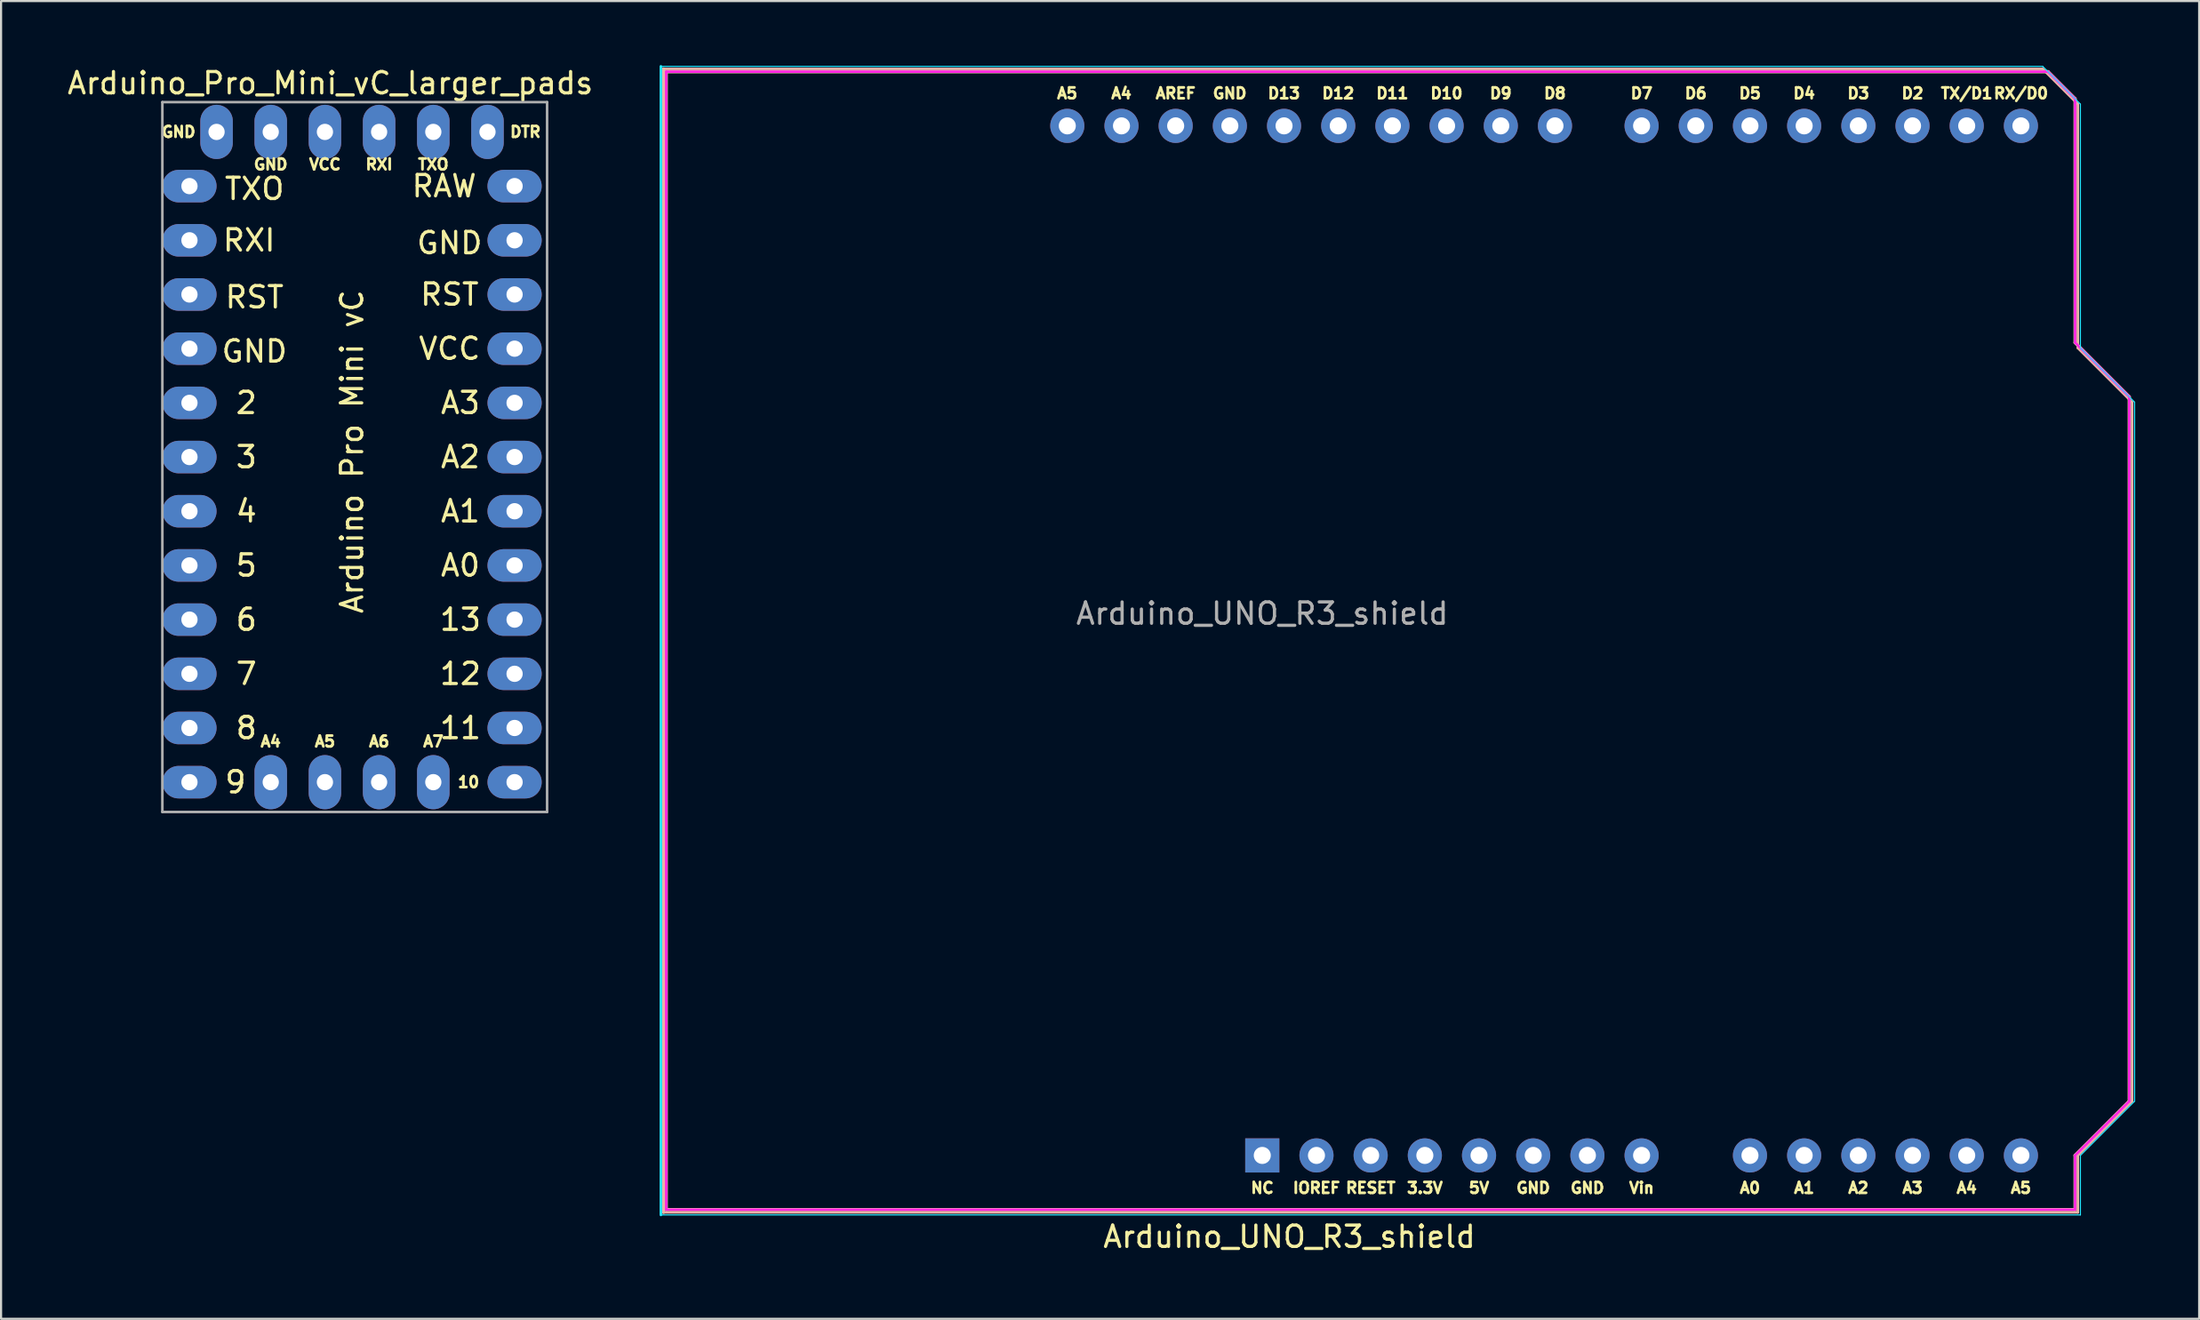
<source format=kicad_pcb>
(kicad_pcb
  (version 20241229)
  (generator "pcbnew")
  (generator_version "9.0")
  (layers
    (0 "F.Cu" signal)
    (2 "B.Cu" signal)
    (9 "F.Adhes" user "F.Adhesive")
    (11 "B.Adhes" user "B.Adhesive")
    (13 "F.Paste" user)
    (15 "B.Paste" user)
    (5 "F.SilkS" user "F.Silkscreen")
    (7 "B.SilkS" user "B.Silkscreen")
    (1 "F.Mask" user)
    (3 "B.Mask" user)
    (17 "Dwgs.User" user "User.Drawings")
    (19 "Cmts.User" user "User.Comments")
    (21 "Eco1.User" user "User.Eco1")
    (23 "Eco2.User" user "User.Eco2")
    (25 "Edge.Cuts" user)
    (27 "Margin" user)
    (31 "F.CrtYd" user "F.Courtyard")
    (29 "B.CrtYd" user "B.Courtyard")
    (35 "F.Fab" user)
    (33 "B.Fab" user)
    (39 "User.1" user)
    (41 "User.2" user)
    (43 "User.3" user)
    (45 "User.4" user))
  (footprint "Arduino_Pro_Mini_vC_larger_pads"
    (layer "F.Cu")
    (at 4.561 1.737)
    (property "Reference" "Arduino_Pro_Mini_vC_larger_pads" (at 7.874 -0.889 0) (layer "F.SilkS") (effects (font (size 1 1) (thickness 0.15))))
    (attr through_hole)
    (fp_line (start 0 0) (end 18.034 0) (stroke (width 0.12) (type solid)) (layer "F.Fab"))
    (fp_line (start 0 33.274) (end 0 0) (stroke (width 0.12) (type solid)) (layer "F.Fab"))
    (fp_line (start 18.034 0) (end 18.034 33.274) (stroke (width 0.12) (type solid)) (layer "F.Fab"))
    (fp_line (start 18.034 33.274) (end 0 33.274) (stroke (width 0.12) (type solid)) (layer "F.Fab"))
    (fp_text user "A7" (at 12.7 29.972 0) (layer "F.SilkS") (effects (font (size 0.508 0.508) (thickness 0.127))))
    (fp_text user "VCC" (at 13.462 11.557 0) (layer "F.SilkS") (effects (font (size 1 1) (thickness 0.15))))
    (fp_text user "VCC" (at 7.62 2.921 0) (layer "F.SilkS") (effects (font (size 0.508 0.508) (thickness 0.127))))
    (fp_text user "RXI" (at 4.064 6.477 0) (layer "F.SilkS") (effects (font (size 1 1) (thickness 0.15))))
    (fp_text user "RXI" (at 10.16 2.921 0) (layer "F.SilkS") (effects (font (size 0.508 0.508) (thickness 0.127))))
    (fp_text user "RAW" (at 13.208 3.937 0) (layer "F.SilkS") (effects (font (size 1 1) (thickness 0.15))))
    (fp_text user "5" (at 3.937 21.717 0) (layer "F.SilkS") (effects (font (size 1 1) (thickness 0.15))))
    (fp_text user "TXO" (at 12.7 2.921 0) (layer "F.SilkS") (effects (font (size 0.508 0.508) (thickness 0.127))))
    (fp_text user "A5" (at 7.62 29.972 0) (layer "F.SilkS") (effects (font (size 0.508 0.508) (thickness 0.127))))
    (fp_text user "13" (at 13.97 24.257 0) (layer "F.SilkS") (effects (font (size 1 1) (thickness 0.15))))
    (fp_text user "8" (at 3.937 29.337 0) (layer "F.SilkS") (effects (font (size 1 1) (thickness 0.15))))
    (fp_text user "A3" (at 13.97 14.097 0) (layer "F.SilkS") (effects (font (size 1 1) (thickness 0.15))))
    (fp_text user "6" (at 3.937 24.257 0) (layer "F.SilkS") (effects (font (size 1 1) (thickness 0.15))))
    (fp_text user "RST" (at 13.462 9.017 0) (layer "F.SilkS") (effects (font (size 1 1) (thickness 0.15))))
    (fp_text user "GND" (at 4.318 11.684 0) (layer "F.SilkS") (effects (font (size 1 1) (thickness 0.15))))
    (fp_text user "GND" (at 13.462 6.604 0) (layer "F.SilkS") (effects (font (size 1 1) (thickness 0.15))))
    (fp_text user "9" (at 3.429 31.877 0) (layer "F.SilkS") (effects (font (size 1 1) (thickness 0.15))))
    (fp_text user "Arduino Pro Mini vC" (at 8.89 16.383 270) (layer "F.SilkS") (effects (font (size 1 1) (thickness 0.15))))
    (fp_text user "A2" (at 13.97 16.637 0) (layer "F.SilkS") (effects (font (size 1 1) (thickness 0.15))))
    (fp_text user "12" (at 13.97 26.797 0) (layer "F.SilkS") (effects (font (size 1 1) (thickness 0.15))))
    (fp_text user "4" (at 3.937 19.177 0) (layer "F.SilkS") (effects (font (size 1 1) (thickness 0.15))))
    (fp_text user "11" (at 13.97 29.337 0) (layer "F.SilkS") (effects (font (size 1 1) (thickness 0.15))))
    (fp_text user "RST" (at 4.318 9.144 0) (layer "F.SilkS") (effects (font (size 1 1) (thickness 0.15))))
    (fp_text user "7" (at 3.937 26.797 0) (layer "F.SilkS") (effects (font (size 1 1) (thickness 0.15))))
    (fp_text user "A0" (at 13.97 21.717 0) (layer "F.SilkS") (effects (font (size 1 1) (thickness 0.15))))
    (fp_text user "A6" (at 10.16 29.972 0) (layer "F.SilkS") (effects (font (size 0.508 0.508) (thickness 0.127))))
    (fp_text user "2" (at 3.937 14.097 0) (layer "F.SilkS") (effects (font (size 1 1) (thickness 0.15))))
    (fp_text user "DTR" (at 17.018 1.397 0) (layer "F.SilkS") (effects (font (size 0.508 0.508) (thickness 0.127))))
    (fp_text user "A1" (at 13.97 19.177 0) (layer "F.SilkS") (effects (font (size 1 1) (thickness 0.15))))
    (fp_text user "GND" (at 5.08 2.921 0) (layer "F.SilkS") (effects (font (size 0.508 0.508) (thickness 0.127))))
    (fp_text user "10" (at 14.351 31.877 0) (layer "F.SilkS") (effects (font (size 0.508 0.508) (thickness 0.127))))
    (fp_text user "TXO" (at 4.318 4.064 0) (layer "F.SilkS") (effects (font (size 1 1) (thickness 0.15))))
    (fp_text user "3" (at 3.937 16.637 0) (layer "F.SilkS") (effects (font (size 1 1) (thickness 0.15))))
    (fp_text user "GND" (at 0.762 1.397 0) (layer "F.SilkS") (effects (font (size 0.508 0.508) (thickness 0.127))))
    (fp_text user "A4" (at 5.08 29.972 0) (layer "F.SilkS") (effects (font (size 0.508 0.508) (thickness 0.127))))
    (pad "1" thru_hole oval (at 1.27 3.937) (size 2.54 1.524) (drill 0.762) (layers "*.Cu" "*.Mask"))
    (pad "2" thru_hole oval (at 1.27 6.477) (size 2.54 1.524) (drill 0.762) (layers "*.Cu" "*.Mask"))
    (pad "3" thru_hole oval (at 1.27 9.017) (size 2.54 1.524) (drill 0.762) (layers "*.Cu" "*.Mask"))
    (pad "4" thru_hole oval (at 1.27 11.557) (size 2.54 1.524) (drill 0.762) (layers "*.Cu" "*.Mask"))
    (pad "5" thru_hole oval (at 1.27 14.097) (size 2.54 1.524) (drill 0.762) (layers "*.Cu" "*.Mask"))
    (pad "6" thru_hole oval (at 1.27 16.637) (size 2.54 1.524) (drill 0.762) (layers "*.Cu" "*.Mask"))
    (pad "7" thru_hole oval (at 1.27 19.177) (size 2.54 1.524) (drill 0.762) (layers "*.Cu" "*.Mask"))
    (pad "8" thru_hole oval (at 1.27 21.717) (size 2.54 1.524) (drill 0.762) (layers "*.Cu" "*.Mask"))
    (pad "9" thru_hole oval (at 1.27 24.257) (size 2.54 1.524) (drill 0.762) (layers "*.Cu" "*.Mask"))
    (pad "10" thru_hole oval (at 1.27 26.797) (size 2.54 1.524) (drill 0.762) (layers "*.Cu" "*.Mask"))
    (pad "11" thru_hole oval (at 1.27 29.337) (size 2.54 1.524) (drill 0.762) (layers "*.Cu" "*.Mask"))
    (pad "12" thru_hole oval (at 1.27 31.877) (size 2.54 1.524) (drill 0.762) (layers "*.Cu" "*.Mask"))
    (pad "13" thru_hole oval (at 16.51 3.937) (size 2.54 1.524) (drill 0.762) (layers "*.Cu" "*.Mask"))
    (pad "14" thru_hole oval (at 16.51 6.477) (size 2.54 1.524) (drill 0.762) (layers "*.Cu" "*.Mask"))
    (pad "15" thru_hole oval (at 16.51 9.017) (size 2.54 1.524) (drill 0.762) (layers "*.Cu" "*.Mask"))
    (pad "16" thru_hole oval (at 16.51 11.557) (size 2.54 1.524) (drill 0.762) (layers "*.Cu" "*.Mask"))
    (pad "17" thru_hole oval (at 16.51 14.097) (size 2.54 1.524) (drill 0.762) (layers "*.Cu" "*.Mask"))
    (pad "18" thru_hole oval (at 16.51 16.637) (size 2.54 1.524) (drill 0.762) (layers "*.Cu" "*.Mask"))
    (pad "19" thru_hole oval (at 16.51 19.177) (size 2.54 1.524) (drill 0.762) (layers "*.Cu" "*.Mask"))
    (pad "20" thru_hole oval (at 16.51 21.717) (size 2.54 1.524) (drill 0.762) (layers "*.Cu" "*.Mask"))
    (pad "21" thru_hole oval (at 16.51 24.257) (size 2.54 1.524) (drill 0.762) (layers "*.Cu" "*.Mask"))
    (pad "22" thru_hole oval (at 16.51 26.797) (size 2.54 1.524) (drill 0.762) (layers "*.Cu" "*.Mask"))
    (pad "23" thru_hole oval (at 16.51 29.337) (size 2.54 1.524) (drill 0.762) (layers "*.Cu" "*.Mask"))
    (pad "24" thru_hole oval (at 16.51 31.877) (size 2.54 1.524) (drill 0.762) (layers "*.Cu" "*.Mask"))
    (pad "25" thru_hole oval (at 5.08 31.877) (size 1.524 2.54) (drill 0.762) (layers "*.Cu" "*.Mask"))
    (pad "26" thru_hole oval (at 7.62 31.877) (size 1.524 2.54) (drill 0.762) (layers "*.Cu" "*.Mask"))
    (pad "27" thru_hole oval (at 10.16 31.877) (size 1.524 2.54) (drill 0.762) (layers "*.Cu" "*.Mask"))
    (pad "28" thru_hole oval (at 12.7 31.877) (size 1.524 2.54) (drill 0.762) (layers "*.Cu" "*.Mask"))
    (pad "29" thru_hole oval (at 2.54 1.397) (size 1.524 2.54) (drill 0.762) (layers "*.Cu" "*.Mask"))
    (pad "30" thru_hole oval (at 5.08 1.397) (size 1.524 2.54) (drill 0.762) (layers "*.Cu" "*.Mask"))
    (pad "31" thru_hole oval (at 7.62 1.397) (size 1.524 2.54) (drill 0.762) (layers "*.Cu" "*.Mask"))
    (pad "32" thru_hole oval (at 10.16 1.397) (size 1.524 2.54) (drill 0.762) (layers "*.Cu" "*.Mask"))
    (pad "33" thru_hole oval (at 12.7 1.397) (size 1.524 2.54) (drill 0.762) (layers "*.Cu" "*.Mask"))
    (pad "34" thru_hole oval (at 15.24 1.397) (size 1.524 2.54) (drill 0.762) (layers "*.Cu" "*.Mask")))
  (footprint "Arduino_UNO_R3_shield"
    (layer "F.Cu")
    (at 56.119 51.11)
    (property "Reference" "Arduino_UNO_R3_shield" (at 1.27 3.81 180) (layer "F.SilkS") (effects (font (size 1 1) (thickness 0.15))))
    (attr through_hole)
    (fp_line (start -27.94 -50.8) (end -27.94 2.54) (stroke (width 0.15) (type solid)) (layer "F.SilkS"))
    (fp_line (start -27.94 2.54) (end 38.1 2.54) (stroke (width 0.15) (type solid)) (layer "F.SilkS"))
    (fp_line (start 36.83 -50.8) (end -27.94 -50.8) (stroke (width 0.15) (type solid)) (layer "F.SilkS"))
    (fp_line (start 38.1 -49.53) (end 36.83 -50.8) (stroke (width 0.15) (type solid)) (layer "F.SilkS"))
    (fp_line (start 38.1 -38.1) (end 38.1 -49.53) (stroke (width 0.15) (type solid)) (layer "F.SilkS"))
    (fp_line (start 38.1 0) (end 40.64 -2.54) (stroke (width 0.15) (type solid)) (layer "F.SilkS"))
    (fp_line (start 38.1 2.54) (end 38.1 0) (stroke (width 0.15) (type solid)) (layer "F.SilkS"))
    (fp_line (start 40.64 -35.56) (end 38.1 -38.1) (stroke (width 0.15) (type solid)) (layer "F.SilkS"))
    (fp_line (start 40.64 -2.54) (end 40.64 -35.56) (stroke (width 0.15) (type solid)) (layer "F.SilkS"))
    (fp_line (start -28.07 -50.93) (end 36.58 -50.93) (stroke (width 0.12) (type solid)) (layer "B.SilkS"))
    (fp_line (start -28.07 2.67) (end -28.07 -50.93) (stroke (width 0.15) (type solid)) (layer "B.SilkS"))
    (fp_line (start 36.58 -50.93) (end 38.23 -49.28) (stroke (width 0.12) (type solid)) (layer "B.SilkS"))
    (fp_line (start 38.23 -49.28) (end 38.23 -37.85) (stroke (width 0.12) (type solid)) (layer "B.SilkS"))
    (fp_line (start 38.23 -37.85) (end 40.77 -35.31) (stroke (width 0.12) (type solid)) (layer "B.SilkS"))
    (fp_line (start 38.23 0) (end 38.23 2.67) (stroke (width 0.12) (type solid)) (layer "B.SilkS"))
    (fp_line (start 38.23 2.67) (end -28.07 2.67) (stroke (width 0.12) (type solid)) (layer "B.SilkS"))
    (fp_line (start 40.77 -35.31) (end 40.77 -2.54) (stroke (width 0.12) (type solid)) (layer "B.SilkS"))
    (fp_line (start 40.77 -2.54) (end 38.23 0) (stroke (width 0.12) (type solid)) (layer "B.SilkS"))
    (fp_line (start -28.19 -51.05) (end -28.19 2.79) (stroke (width 0.12) (type solid)) (layer "B.CrtYd"))
    (fp_line (start -28.19 2.79) (end 38.35 2.79) (stroke (width 0.05) (type solid)) (layer "B.CrtYd"))
    (fp_line (start 36.58 -51.05) (end -28.19 -51.05) (stroke (width 0.05) (type solid)) (layer "B.CrtYd"))
    (fp_line (start 38.35 -49.28) (end 36.58 -51.05) (stroke (width 0.05) (type solid)) (layer "B.CrtYd"))
    (fp_line (start 38.35 -37.85) (end 38.35 -49.28) (stroke (width 0.05) (type solid)) (layer "B.CrtYd"))
    (fp_line (start 38.35 0) (end 40.89 -2.54) (stroke (width 0.05) (type solid)) (layer "B.CrtYd"))
    (fp_line (start 38.35 2.79) (end 38.35 0) (stroke (width 0.05) (type solid)) (layer "B.CrtYd"))
    (fp_line (start 40.89 -35.31) (end 38.35 -37.85) (stroke (width 0.05) (type solid)) (layer "B.CrtYd"))
    (fp_line (start 40.89 -2.54) (end 40.89 -35.31) (stroke (width 0.05) (type solid)) (layer "B.CrtYd"))
    (fp_line (start -27.94 -50.8) (end -27.94 2.54) (stroke (width 0.12) (type solid)) (layer "F.CrtYd"))
    (fp_line (start -27.94 2.54) (end 38.1 2.54) (stroke (width 0.12) (type solid)) (layer "F.CrtYd"))
    (fp_line (start 36.83 -50.8) (end -27.94 -50.8) (stroke (width 0.12) (type solid)) (layer "F.CrtYd"))
    (fp_line (start 38.1 -49.53) (end 36.83 -50.8) (stroke (width 0.12) (type solid)) (layer "F.CrtYd"))
    (fp_line (start 38.1 -38.1) (end 38.1 -49.53) (stroke (width 0.12) (type solid)) (layer "F.CrtYd"))
    (fp_line (start 38.1 0) (end 40.64 -2.54) (stroke (width 0.12) (type solid)) (layer "F.CrtYd"))
    (fp_line (start 38.1 2.54) (end 38.1 0) (stroke (width 0.12) (type solid)) (layer "F.CrtYd"))
    (fp_line (start 40.64 -35.56) (end 38.1 -38.1) (stroke (width 0.12) (type solid)) (layer "F.CrtYd"))
    (fp_line (start 40.64 -2.54) (end 40.64 -35.56) (stroke (width 0.12) (type solid)) (layer "F.CrtYd"))
    (fp_text user "D7" (at 17.78 -49.784 0) (layer "F.SilkS") (effects (font (size 0.508 0.508) (thickness 0.127))))
    (fp_text user "D11" (at 6.096 -49.784 0) (layer "F.SilkS") (effects (font (size 0.508 0.508) (thickness 0.127))))
    (fp_text user "D4" (at 25.4 -49.784 0) (layer "F.SilkS") (effects (font (size 0.508 0.508) (thickness 0.127))))
    (fp_text user "D3" (at 27.94 -49.784 0) (layer "F.SilkS") (effects (font (size 0.508 0.508) (thickness 0.127))))
    (fp_text user "A4" (at -6.604 -49.784 0) (layer "F.SilkS") (effects (font (size 0.508 0.508) (thickness 0.127))))
    (fp_text user "D9" (at 11.176 -49.784 0) (layer "F.SilkS") (effects (font (size 0.508 0.508) (thickness 0.127))))
    (fp_text user "TX/D1" (at 33.02 -49.784 0) (layer "F.SilkS") (effects (font (size 0.508 0.508) (thickness 0.127))))
    (fp_text user "A4" (at 33.02 1.524 0) (layer "F.SilkS") (effects (font (size 0.508 0.508) (thickness 0.127))))
    (fp_text user "D8" (at 13.716 -49.784 0) (layer "F.SilkS") (effects (font (size 0.508 0.508) (thickness 0.127))))
    (fp_text user "D13" (at 1.016 -49.784 0) (layer "F.SilkS") (effects (font (size 0.508 0.508) (thickness 0.127))))
    (fp_text user "GND" (at 12.7 1.524 0) (layer "F.SilkS") (effects (font (size 0.508 0.508) (thickness 0.127))))
    (fp_text user "A1" (at 25.4 1.524 0) (layer "F.SilkS") (effects (font (size 0.508 0.508) (thickness 0.127))))
    (fp_text user "NC" (at 0 1.524 0) (layer "F.SilkS") (effects (font (size 0.508 0.508) (thickness 0.127))))
    (fp_text user "RX/D0" (at 35.56 -49.784 0) (layer "F.SilkS") (effects (font (size 0.508 0.508) (thickness 0.127))))
    (fp_text user "Vin" (at 17.78 1.524 0) (layer "F.SilkS") (effects (font (size 0.508 0.508) (thickness 0.127))))
    (fp_text user "GND" (at 15.24 1.524 0) (layer "F.SilkS") (effects (font (size 0.508 0.508) (thickness 0.127))))
    (fp_text user "A3" (at 30.48 1.524 0) (layer "F.SilkS") (effects (font (size 0.508 0.508) (thickness 0.127))))
    (fp_text user "D10" (at 8.636 -49.784 0) (layer "F.SilkS") (effects (font (size 0.508 0.508) (thickness 0.127))))
    (fp_text user "3.3V" (at 7.62 1.524 0) (layer "F.SilkS") (effects (font (size 0.508 0.508) (thickness 0.127))))
    (fp_text user "IOREF" (at 2.54 1.524 0) (layer "F.SilkS") (effects (font (size 0.508 0.508) (thickness 0.127))))
    (fp_text user "A5" (at -9.144 -49.784 0) (layer "F.SilkS") (effects (font (size 0.508 0.508) (thickness 0.127))))
    (fp_text user "D5" (at 22.86 -49.784 0) (layer "F.SilkS") (effects (font (size 0.508 0.508) (thickness 0.127))))
    (fp_text user "D12" (at 3.556 -49.784 0) (layer "F.SilkS") (effects (font (size 0.508 0.508) (thickness 0.127))))
    (fp_text user "A5" (at 35.56 1.524 0) (layer "F.SilkS") (effects (font (size 0.508 0.508) (thickness 0.127))))
    (fp_text user "RESET" (at 5.08 1.524 0) (layer "F.SilkS") (effects (font (size 0.508 0.508) (thickness 0.127))))
    (fp_text user "A2" (at 27.94 1.524 0) (layer "F.SilkS") (effects (font (size 0.508 0.508) (thickness 0.127))))
    (fp_text user "5V" (at 10.16 1.524 0) (layer "F.SilkS") (effects (font (size 0.508 0.508) (thickness 0.127))))
    (fp_text user "A0" (at 22.86 1.524 0) (layer "F.SilkS") (effects (font (size 0.508 0.508) (thickness 0.127))))
    (fp_text user "D6" (at 20.32 -49.784 0) (layer "F.SilkS") (effects (font (size 0.508 0.508) (thickness 0.127))))
    (fp_text user "AREF" (at -4.064 -49.784 0) (layer "F.SilkS") (effects (font (size 0.508 0.508) (thickness 0.127))))
    (fp_text user "GND" (at -1.524 -49.784 0) (layer "F.SilkS") (effects (font (size 0.508 0.508) (thickness 0.127))))
    (fp_text user "D2" (at 30.48 -49.784 0) (layer "F.SilkS") (effects (font (size 0.508 0.508) (thickness 0.127))))
    (fp_text user "${REFERENCE}" (at 0 -25.4 180) (layer "F.Fab") (effects (font (size 1 1) (thickness 0.15))))
    (pad "1" thru_hole rect (at 0 0 270) (size 1.6 1.6) (drill 0.8) (layers "*.Cu" "*.Mask"))
    (pad "2" thru_hole oval (at 2.54 0 270) (size 1.6 1.6) (drill 0.8) (layers "*.Cu" "*.Mask"))
    (pad "3" thru_hole oval (at 5.08 0 270) (size 1.6 1.6) (drill 0.8) (layers "*.Cu" "*.Mask"))
    (pad "4" thru_hole oval (at 7.62 0 270) (size 1.6 1.6) (drill 0.8) (layers "*.Cu" "*.Mask"))
    (pad "5" thru_hole oval (at 10.16 0 270) (size 1.6 1.6) (drill 0.8) (layers "*.Cu" "*.Mask"))
    (pad "6" thru_hole oval (at 12.7 0 270) (size 1.6 1.6) (drill 0.8) (layers "*.Cu" "*.Mask"))
    (pad "7" thru_hole oval (at 15.24 0 270) (size 1.6 1.6) (drill 0.8) (layers "*.Cu" "*.Mask"))
    (pad "8" thru_hole oval (at 17.78 0 270) (size 1.6 1.6) (drill 0.8) (layers "*.Cu" "*.Mask"))
    (pad "9" thru_hole oval (at 22.86 0 270) (size 1.6 1.6) (drill 0.8) (layers "*.Cu" "*.Mask"))
    (pad "10" thru_hole oval (at 25.4 0 270) (size 1.6 1.6) (drill 0.8) (layers "*.Cu" "*.Mask"))
    (pad "11" thru_hole oval (at 27.94 0 270) (size 1.6 1.6) (drill 0.8) (layers "*.Cu" "*.Mask"))
    (pad "12" thru_hole oval (at 30.48 0 270) (size 1.6 1.6) (drill 0.8) (layers "*.Cu" "*.Mask"))
    (pad "13" thru_hole oval (at 33.02 0 270) (size 1.6 1.6) (drill 0.8) (layers "*.Cu" "*.Mask"))
    (pad "14" thru_hole oval (at 35.56 0 270) (size 1.6 1.6) (drill 0.8) (layers "*.Cu" "*.Mask"))
    (pad "15" thru_hole oval (at 35.56 -48.26 270) (size 1.6 1.6) (drill 0.8) (layers "*.Cu" "*.Mask"))
    (pad "16" thru_hole oval (at 33.02 -48.26 270) (size 1.6 1.6) (drill 0.8) (layers "*.Cu" "*.Mask"))
    (pad "17" thru_hole oval (at 30.48 -48.26 270) (size 1.6 1.6) (drill 0.8) (layers "*.Cu" "*.Mask"))
    (pad "18" thru_hole oval (at 27.94 -48.26 270) (size 1.6 1.6) (drill 0.8) (layers "*.Cu" "*.Mask"))
    (pad "19" thru_hole oval (at 25.4 -48.26 270) (size 1.6 1.6) (drill 0.8) (layers "*.Cu" "*.Mask"))
    (pad "20" thru_hole oval (at 22.86 -48.26 270) (size 1.6 1.6) (drill 0.8) (layers "*.Cu" "*.Mask"))
    (pad "21" thru_hole oval (at 20.32 -48.26 270) (size 1.6 1.6) (drill 0.8) (layers "*.Cu" "*.Mask"))
    (pad "22" thru_hole oval (at 17.78 -48.26 270) (size 1.6 1.6) (drill 0.8) (layers "*.Cu" "*.Mask"))
    (pad "23" thru_hole oval (at 13.72 -48.26 270) (size 1.6 1.6) (drill 0.8) (layers "*.Cu" "*.Mask"))
    (pad "24" thru_hole oval (at 11.18 -48.26 270) (size 1.6 1.6) (drill 0.8) (layers "*.Cu" "*.Mask"))
    (pad "25" thru_hole oval (at 8.64 -48.26 270) (size 1.6 1.6) (drill 0.8) (layers "*.Cu" "*.Mask"))
    (pad "26" thru_hole oval (at 6.1 -48.26 270) (size 1.6 1.6) (drill 0.8) (layers "*.Cu" "*.Mask"))
    (pad "27" thru_hole oval (at 3.56 -48.26 270) (size 1.6 1.6) (drill 0.8) (layers "*.Cu" "*.Mask"))
    (pad "28" thru_hole oval (at 1.02 -48.26 270) (size 1.6 1.6) (drill 0.8) (layers "*.Cu" "*.Mask"))
    (pad "29" thru_hole oval (at -1.52 -48.26 270) (size 1.6 1.6) (drill 0.8) (layers "*.Cu" "*.Mask"))
    (pad "30" thru_hole oval (at -4.06 -48.26 270) (size 1.6 1.6) (drill 0.8) (layers "*.Cu" "*.Mask"))
    (pad "31" thru_hole oval (at -6.6 -48.26 270) (size 1.6 1.6) (drill 0.8) (layers "*.Cu" "*.Mask"))
    (pad "32" thru_hole oval (at -9.14 -48.26 270) (size 1.6 1.6) (drill 0.8) (layers "*.Cu" "*.Mask")))
  (gr_rect
    (start -3 -3)
    (end 100.034 58.768)
    (stroke (width 0.1) (type default))
    (fill no)
    (layer "Edge.Cuts")))
</source>
